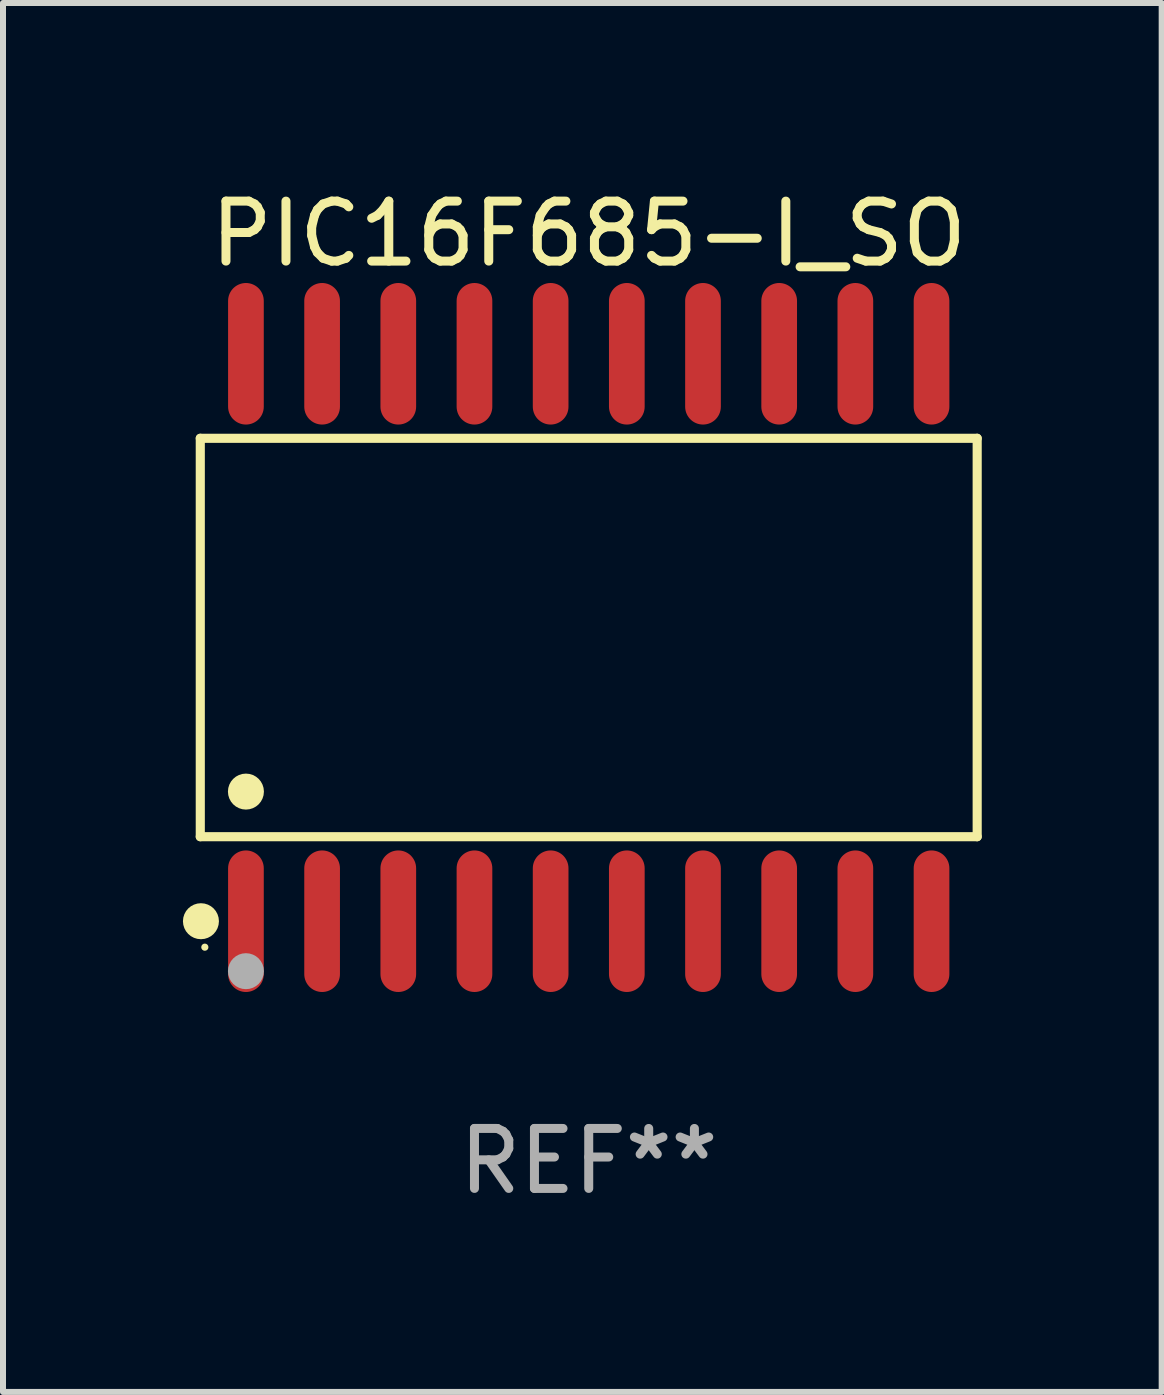
<source format=kicad_pcb>
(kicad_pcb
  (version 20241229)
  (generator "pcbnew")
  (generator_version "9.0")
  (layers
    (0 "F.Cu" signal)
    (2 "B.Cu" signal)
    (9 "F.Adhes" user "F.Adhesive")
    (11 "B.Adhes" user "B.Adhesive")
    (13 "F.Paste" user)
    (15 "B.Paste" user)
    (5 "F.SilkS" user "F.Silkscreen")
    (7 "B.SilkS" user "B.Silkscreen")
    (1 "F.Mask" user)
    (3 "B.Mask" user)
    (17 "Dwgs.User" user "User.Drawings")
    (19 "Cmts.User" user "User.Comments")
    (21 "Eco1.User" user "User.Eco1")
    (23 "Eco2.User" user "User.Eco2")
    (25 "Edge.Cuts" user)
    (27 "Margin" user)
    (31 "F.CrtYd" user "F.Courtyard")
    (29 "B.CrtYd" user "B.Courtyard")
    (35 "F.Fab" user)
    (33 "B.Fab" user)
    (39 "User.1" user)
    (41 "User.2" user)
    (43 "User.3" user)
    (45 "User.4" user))
  (footprint "PIC16F685-I_SO"
    (layer "F.Cu")
    (at 6.765 7.578)
    (property "Reference" "PIC16F685-I_SO" (at 0 -6.73 0) (layer "F.SilkS") (effects (font (size 1 1) (thickness 0.15))))
    (attr through_hole)
    (fp_line (start -6.476 -3.321) (end 6.476 -3.321) (stroke (width 0.152) (type solid)) (layer "F.SilkS"))
    (fp_line (start -6.476 3.321) (end -6.476 -3.321) (stroke (width 0.152) (type solid)) (layer "F.SilkS"))
    (fp_line (start 6.476 -3.321) (end 6.476 3.321) (stroke (width 0.152) (type solid)) (layer "F.SilkS"))
    (fp_line (start 6.476 3.321) (end -6.476 3.321) (stroke (width 0.152) (type solid)) (layer "F.SilkS"))
    (fp_circle (center -6.465 4.73) (end -6.315 4.73) (stroke (width 0.3) (type solid)) (fill no) (layer "F.SilkS"))
    (fp_circle (center -6.4 5.163) (end -6.37 5.163) (stroke (width 0.06) (type solid)) (fill no) (layer "F.SilkS"))
    (fp_circle (center -5.715 2.569) (end -5.565 2.569) (stroke (width 0.3) (type solid)) (fill no) (layer "F.SilkS"))
    (fp_circle (center -5.715 5.563) (end -5.565 5.563) (stroke (width 0.3) (type solid)) (fill no) (layer "F.Fab"))
    (fp_text user "REF**" (at 0 8.73 0) (layer "F.Fab") (effects (font (size 1 1) (thickness 0.15))))
    (pad "1" smd oval (at -5.715 4.73) (size 0.595 2.36) (layers "F.Cu" "F.Mask" "F.Paste"))
    (pad "2" smd oval (at -4.445 4.73) (size 0.595 2.36) (layers "F.Cu" "F.Mask" "F.Paste"))
    (pad "3" smd oval (at -3.175 4.73) (size 0.595 2.36) (layers "F.Cu" "F.Mask" "F.Paste"))
    (pad "4" smd oval (at -1.905 4.73) (size 0.595 2.36) (layers "F.Cu" "F.Mask" "F.Paste"))
    (pad "5" smd oval (at -0.635 4.73) (size 0.595 2.36) (layers "F.Cu" "F.Mask" "F.Paste"))
    (pad "6" smd oval (at 0.635 4.73) (size 0.595 2.36) (layers "F.Cu" "F.Mask" "F.Paste"))
    (pad "7" smd oval (at 1.905 4.73) (size 0.595 2.36) (layers "F.Cu" "F.Mask" "F.Paste"))
    (pad "8" smd oval (at 3.175 4.73) (size 0.595 2.36) (layers "F.Cu" "F.Mask" "F.Paste"))
    (pad "9" smd oval (at 4.445 4.73) (size 0.595 2.36) (layers "F.Cu" "F.Mask" "F.Paste"))
    (pad "10" smd oval (at 5.715 4.73) (size 0.595 2.36) (layers "F.Cu" "F.Mask" "F.Paste"))
    (pad "11" smd oval (at 5.715 -4.73) (size 0.595 2.36) (layers "F.Cu" "F.Mask" "F.Paste"))
    (pad "12" smd oval (at 4.445 -4.73) (size 0.595 2.36) (layers "F.Cu" "F.Mask" "F.Paste"))
    (pad "13" smd oval (at 3.175 -4.73) (size 0.595 2.36) (layers "F.Cu" "F.Mask" "F.Paste"))
    (pad "14" smd oval (at 1.905 -4.73) (size 0.595 2.36) (layers "F.Cu" "F.Mask" "F.Paste"))
    (pad "15" smd oval (at 0.635 -4.73) (size 0.595 2.36) (layers "F.Cu" "F.Mask" "F.Paste"))
    (pad "16" smd oval (at -0.635 -4.73) (size 0.595 2.36) (layers "F.Cu" "F.Mask" "F.Paste"))
    (pad "17" smd oval (at -1.905 -4.73) (size 0.595 2.36) (layers "F.Cu" "F.Mask" "F.Paste"))
    (pad "18" smd oval (at -3.175 -4.73) (size 0.595 2.36) (layers "F.Cu" "F.Mask" "F.Paste"))
    (pad "19" smd oval (at -4.445 -4.73) (size 0.595 2.36) (layers "F.Cu" "F.Mask" "F.Paste"))
    (pad "20" smd oval (at -5.715 -4.73) (size 0.595 2.36) (layers "F.Cu" "F.Mask" "F.Paste")))
  (gr_rect
    (start -3 -3)
    (end 16.317 20.156)
    (stroke (width 0.1) (type default))
    (fill no)
    (layer "Edge.Cuts")))
</source>
